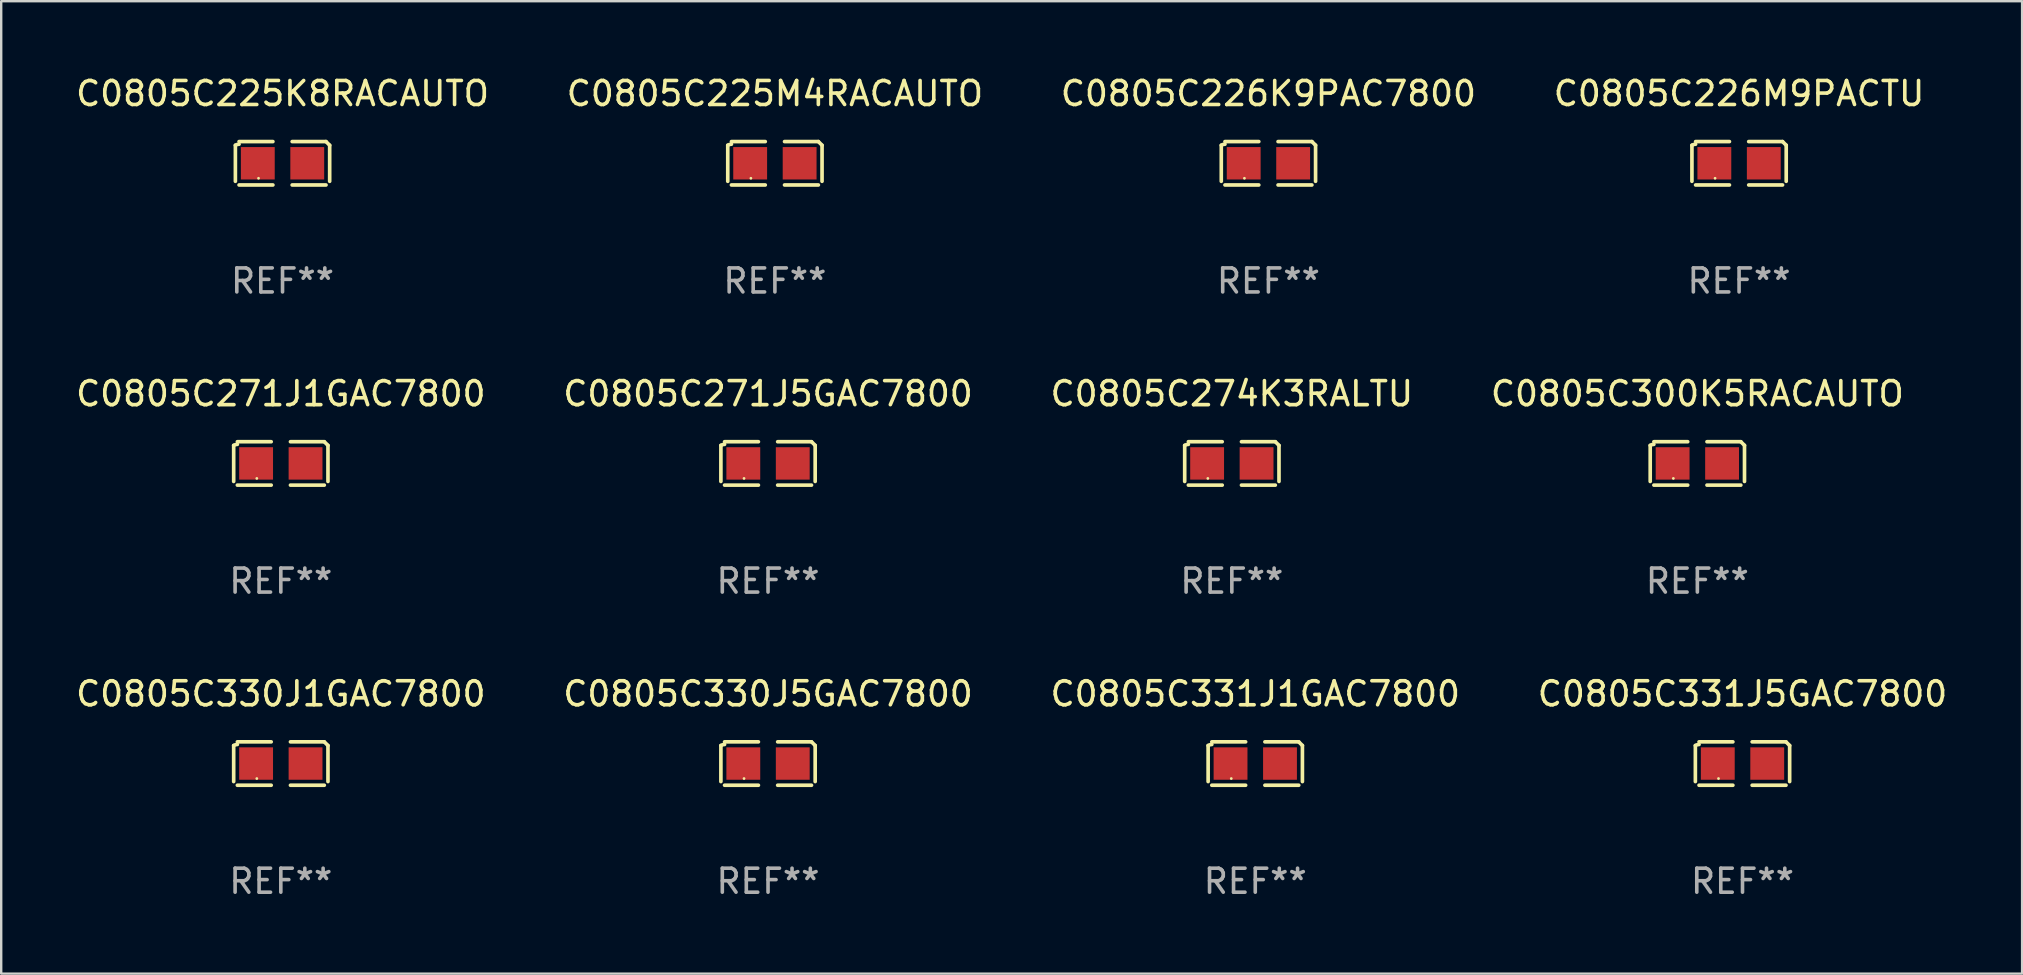
<source format=kicad_pcb>
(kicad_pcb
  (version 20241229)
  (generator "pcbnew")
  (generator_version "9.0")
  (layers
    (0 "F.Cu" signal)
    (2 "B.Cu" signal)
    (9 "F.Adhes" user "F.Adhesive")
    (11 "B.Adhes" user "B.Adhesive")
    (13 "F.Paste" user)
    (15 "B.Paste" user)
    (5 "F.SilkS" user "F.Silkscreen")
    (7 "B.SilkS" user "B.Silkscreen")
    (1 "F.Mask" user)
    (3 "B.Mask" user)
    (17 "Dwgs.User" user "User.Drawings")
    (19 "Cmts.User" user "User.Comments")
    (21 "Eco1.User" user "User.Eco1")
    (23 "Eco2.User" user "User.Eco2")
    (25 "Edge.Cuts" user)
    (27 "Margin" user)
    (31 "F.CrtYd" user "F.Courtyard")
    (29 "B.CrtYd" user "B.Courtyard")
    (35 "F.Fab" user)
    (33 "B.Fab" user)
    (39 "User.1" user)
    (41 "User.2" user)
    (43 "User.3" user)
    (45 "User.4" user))
  (footprint "C0805C331J5GAC7800"
    (layer "F.Cu")
    (at 69.542 28.759)
    (property "Reference" "C0805C331J5GAC7800" (at 0 -2.904 0) (layer "F.SilkS") (effects (font (size 1 1) (thickness 0.15))))
    (attr through_hole)
    (fp_line (start -1.964 0.751) (end -1.964 -0.751) (stroke (width 0.152) (type solid)) (layer "F.SilkS"))
    (fp_line (start -1.811 -0.904) (end -0.401 -0.904) (stroke (width 0.152) (type solid)) (layer "F.SilkS"))
    (fp_line (start -0.401 0.904) (end -1.811 0.904) (stroke (width 0.152) (type solid)) (layer "F.SilkS"))
    (fp_line (start 0.401 0.904) (end 1.811 0.904) (stroke (width 0.152) (type solid)) (layer "F.SilkS"))
    (fp_line (start 1.811 -0.904) (end 0.401 -0.904) (stroke (width 0.152) (type solid)) (layer "F.SilkS"))
    (fp_line (start 1.964 0.751) (end 1.964 -0.751) (stroke (width 0.152) (type solid)) (layer "F.SilkS"))
    (fp_arc (start -1.963602 -0.751207) (mid -1.890354 -0.783131) (end -1.811201 -0.794044) (stroke (width 0.1524) (type solid)) (layer "F.SilkS"))
    (fp_arc (start 1.811202 -0.903607) (mid 1.887413 -0.827418) (end 1.963602 -0.751207) (stroke (width 0.1524) (type solid)) (layer "F.SilkS"))
    (fp_circle (center -1 0.625) (end -0.97 0.625) (stroke (width 0.06) (type solid)) (fill no) (layer "F.SilkS"))
    (fp_text user "REF**" (at 0 4.904 0) (layer "F.Fab") (effects (font (size 1 1) (thickness 0.15))))
    (pad "1" smd rect (at -1.03 0) (size 1.41 1.35) (layers "F.Cu" "F.Mask" "F.Paste"))
    (pad "2" smd rect (at 1.03 0) (size 1.41 1.35) (layers "F.Cu" "F.Mask" "F.Paste")))
  (footprint "C0805C330J5GAC7800"
    (layer "F.Cu")
    (at 28.946 28.759)
    (property "Reference" "C0805C330J5GAC7800" (at 0 -2.904 0) (layer "F.SilkS") (effects (font (size 1 1) (thickness 0.15))))
    (attr through_hole)
    (fp_line (start -1.964 0.751) (end -1.964 -0.751) (stroke (width 0.152) (type solid)) (layer "F.SilkS"))
    (fp_line (start -1.811 -0.904) (end -0.401 -0.904) (stroke (width 0.152) (type solid)) (layer "F.SilkS"))
    (fp_line (start -0.401 0.904) (end -1.811 0.904) (stroke (width 0.152) (type solid)) (layer "F.SilkS"))
    (fp_line (start 0.401 0.904) (end 1.811 0.904) (stroke (width 0.152) (type solid)) (layer "F.SilkS"))
    (fp_line (start 1.811 -0.904) (end 0.401 -0.904) (stroke (width 0.152) (type solid)) (layer "F.SilkS"))
    (fp_line (start 1.964 0.751) (end 1.964 -0.751) (stroke (width 0.152) (type solid)) (layer "F.SilkS"))
    (fp_arc (start -1.963602 -0.751207) (mid -1.890354 -0.783131) (end -1.811201 -0.794044) (stroke (width 0.1524) (type solid)) (layer "F.SilkS"))
    (fp_arc (start 1.811202 -0.903607) (mid 1.887413 -0.827418) (end 1.963602 -0.751207) (stroke (width 0.1524) (type solid)) (layer "F.SilkS"))
    (fp_circle (center -1 0.625) (end -0.97 0.625) (stroke (width 0.06) (type solid)) (fill no) (layer "F.SilkS"))
    (fp_text user "REF**" (at 0 4.904 0) (layer "F.Fab") (effects (font (size 1 1) (thickness 0.15))))
    (pad "1" smd rect (at -1.03 0) (size 1.41 1.35) (layers "F.Cu" "F.Mask" "F.Paste"))
    (pad "2" smd rect (at 1.03 0) (size 1.41 1.35) (layers "F.Cu" "F.Mask" "F.Paste")))
  (footprint "C0805C330J1GAC7800"
    (layer "F.Cu")
    (at 8.649 28.759)
    (property "Reference" "C0805C330J1GAC7800" (at 0 -2.904 0) (layer "F.SilkS") (effects (font (size 1 1) (thickness 0.15))))
    (attr through_hole)
    (fp_line (start -1.964 0.751) (end -1.964 -0.751) (stroke (width 0.152) (type solid)) (layer "F.SilkS"))
    (fp_line (start -1.811 -0.904) (end -0.401 -0.904) (stroke (width 0.152) (type solid)) (layer "F.SilkS"))
    (fp_line (start -0.401 0.904) (end -1.811 0.904) (stroke (width 0.152) (type solid)) (layer "F.SilkS"))
    (fp_line (start 0.401 0.904) (end 1.811 0.904) (stroke (width 0.152) (type solid)) (layer "F.SilkS"))
    (fp_line (start 1.811 -0.904) (end 0.401 -0.904) (stroke (width 0.152) (type solid)) (layer "F.SilkS"))
    (fp_line (start 1.964 0.751) (end 1.964 -0.751) (stroke (width 0.152) (type solid)) (layer "F.SilkS"))
    (fp_arc (start -1.963602 -0.751207) (mid -1.890354 -0.783131) (end -1.811201 -0.794044) (stroke (width 0.1524) (type solid)) (layer "F.SilkS"))
    (fp_arc (start 1.811202 -0.903607) (mid 1.887413 -0.827418) (end 1.963602 -0.751207) (stroke (width 0.1524) (type solid)) (layer "F.SilkS"))
    (fp_circle (center -1 0.625) (end -0.97 0.625) (stroke (width 0.06) (type solid)) (fill no) (layer "F.SilkS"))
    (fp_text user "REF**" (at 0 4.904 0) (layer "F.Fab") (effects (font (size 1 1) (thickness 0.15))))
    (pad "1" smd rect (at -1.03 0) (size 1.41 1.35) (layers "F.Cu" "F.Mask" "F.Paste"))
    (pad "2" smd rect (at 1.03 0) (size 1.41 1.35) (layers "F.Cu" "F.Mask" "F.Paste")))
  (footprint "C0805C331J1GAC7800"
    (layer "F.Cu")
    (at 49.244 28.759)
    (property "Reference" "C0805C331J1GAC7800" (at 0 -2.904 0) (layer "F.SilkS") (effects (font (size 1 1) (thickness 0.15))))
    (attr through_hole)
    (fp_line (start -1.964 0.751) (end -1.964 -0.751) (stroke (width 0.152) (type solid)) (layer "F.SilkS"))
    (fp_line (start -1.811 -0.904) (end -0.401 -0.904) (stroke (width 0.152) (type solid)) (layer "F.SilkS"))
    (fp_line (start -0.401 0.904) (end -1.811 0.904) (stroke (width 0.152) (type solid)) (layer "F.SilkS"))
    (fp_line (start 0.401 0.904) (end 1.811 0.904) (stroke (width 0.152) (type solid)) (layer "F.SilkS"))
    (fp_line (start 1.811 -0.904) (end 0.401 -0.904) (stroke (width 0.152) (type solid)) (layer "F.SilkS"))
    (fp_line (start 1.964 0.751) (end 1.964 -0.751) (stroke (width 0.152) (type solid)) (layer "F.SilkS"))
    (fp_arc (start -1.963602 -0.751207) (mid -1.890354 -0.783131) (end -1.811201 -0.794044) (stroke (width 0.1524) (type solid)) (layer "F.SilkS"))
    (fp_arc (start 1.811202 -0.903607) (mid 1.887413 -0.827418) (end 1.963602 -0.751207) (stroke (width 0.1524) (type solid)) (layer "F.SilkS"))
    (fp_circle (center -1 0.625) (end -0.97 0.625) (stroke (width 0.06) (type solid)) (fill no) (layer "F.SilkS"))
    (fp_text user "REF**" (at 0 4.904 0) (layer "F.Fab") (effects (font (size 1 1) (thickness 0.15))))
    (pad "1" smd rect (at -1.03 0) (size 1.41 1.35) (layers "F.Cu" "F.Mask" "F.Paste"))
    (pad "2" smd rect (at 1.03 0) (size 1.41 1.35) (layers "F.Cu" "F.Mask" "F.Paste")))
  (footprint "C0805C225K8RACAUTO"
    (layer "F.Cu")
    (at 8.72 3.752)
    (property "Reference" "C0805C225K8RACAUTO" (at 0 -2.904 0) (layer "F.SilkS") (effects (font (size 1 1) (thickness 0.15))))
    (attr through_hole)
    (fp_line (start -1.964 0.751) (end -1.964 -0.751) (stroke (width 0.152) (type solid)) (layer "F.SilkS"))
    (fp_line (start -1.811 -0.904) (end -0.401 -0.904) (stroke (width 0.152) (type solid)) (layer "F.SilkS"))
    (fp_line (start -0.401 0.904) (end -1.811 0.904) (stroke (width 0.152) (type solid)) (layer "F.SilkS"))
    (fp_line (start 0.401 0.904) (end 1.811 0.904) (stroke (width 0.152) (type solid)) (layer "F.SilkS"))
    (fp_line (start 1.811 -0.904) (end 0.401 -0.904) (stroke (width 0.152) (type solid)) (layer "F.SilkS"))
    (fp_line (start 1.964 0.751) (end 1.964 -0.751) (stroke (width 0.152) (type solid)) (layer "F.SilkS"))
    (fp_arc (start -1.963602 -0.751207) (mid -1.890354 -0.783131) (end -1.811201 -0.794044) (stroke (width 0.1524) (type solid)) (layer "F.SilkS"))
    (fp_arc (start 1.811202 -0.903607) (mid 1.887413 -0.827418) (end 1.963602 -0.751207) (stroke (width 0.1524) (type solid)) (layer "F.SilkS"))
    (fp_circle (center -1 0.625) (end -0.97 0.625) (stroke (width 0.06) (type solid)) (fill no) (layer "F.SilkS"))
    (fp_text user "REF**" (at 0 4.904 0) (layer "F.Fab") (effects (font (size 1 1) (thickness 0.15))))
    (pad "1" smd rect (at -1.03 0) (size 1.41 1.35) (layers "F.Cu" "F.Mask" "F.Paste"))
    (pad "2" smd rect (at 1.03 0) (size 1.41 1.35) (layers "F.Cu" "F.Mask" "F.Paste")))
  (footprint "C0805C271J5GAC7800"
    (layer "F.Cu")
    (at 28.946 16.256)
    (property "Reference" "C0805C271J5GAC7800" (at 0 -2.904 0) (layer "F.SilkS") (effects (font (size 1 1) (thickness 0.15))))
    (attr through_hole)
    (fp_line (start -1.964 0.751) (end -1.964 -0.751) (stroke (width 0.152) (type solid)) (layer "F.SilkS"))
    (fp_line (start -1.811 -0.904) (end -0.401 -0.904) (stroke (width 0.152) (type solid)) (layer "F.SilkS"))
    (fp_line (start -0.401 0.904) (end -1.811 0.904) (stroke (width 0.152) (type solid)) (layer "F.SilkS"))
    (fp_line (start 0.401 0.904) (end 1.811 0.904) (stroke (width 0.152) (type solid)) (layer "F.SilkS"))
    (fp_line (start 1.811 -0.904) (end 0.401 -0.904) (stroke (width 0.152) (type solid)) (layer "F.SilkS"))
    (fp_line (start 1.964 0.751) (end 1.964 -0.751) (stroke (width 0.152) (type solid)) (layer "F.SilkS"))
    (fp_arc (start -1.963602 -0.751207) (mid -1.890354 -0.783131) (end -1.811201 -0.794044) (stroke (width 0.1524) (type solid)) (layer "F.SilkS"))
    (fp_arc (start 1.811202 -0.903607) (mid 1.887413 -0.827418) (end 1.963602 -0.751207) (stroke (width 0.1524) (type solid)) (layer "F.SilkS"))
    (fp_circle (center -1 0.625) (end -0.97 0.625) (stroke (width 0.06) (type solid)) (fill no) (layer "F.SilkS"))
    (fp_text user "REF**" (at 0 4.904 0) (layer "F.Fab") (effects (font (size 1 1) (thickness 0.15))))
    (pad "1" smd rect (at -1.03 0) (size 1.41 1.35) (layers "F.Cu" "F.Mask" "F.Paste"))
    (pad "2" smd rect (at 1.03 0) (size 1.41 1.35) (layers "F.Cu" "F.Mask" "F.Paste")))
  (footprint "C0805C225M4RACAUTO"
    (layer "F.Cu")
    (at 29.232 3.752)
    (property "Reference" "C0805C225M4RACAUTO" (at 0 -2.904 0) (layer "F.SilkS") (effects (font (size 1 1) (thickness 0.15))))
    (attr through_hole)
    (fp_line (start -1.964 0.751) (end -1.964 -0.751) (stroke (width 0.152) (type solid)) (layer "F.SilkS"))
    (fp_line (start -1.811 -0.904) (end -0.401 -0.904) (stroke (width 0.152) (type solid)) (layer "F.SilkS"))
    (fp_line (start -0.401 0.904) (end -1.811 0.904) (stroke (width 0.152) (type solid)) (layer "F.SilkS"))
    (fp_line (start 0.401 0.904) (end 1.811 0.904) (stroke (width 0.152) (type solid)) (layer "F.SilkS"))
    (fp_line (start 1.811 -0.904) (end 0.401 -0.904) (stroke (width 0.152) (type solid)) (layer "F.SilkS"))
    (fp_line (start 1.964 0.751) (end 1.964 -0.751) (stroke (width 0.152) (type solid)) (layer "F.SilkS"))
    (fp_arc (start -1.963602 -0.751207) (mid -1.890354 -0.783131) (end -1.811201 -0.794044) (stroke (width 0.1524) (type solid)) (layer "F.SilkS"))
    (fp_arc (start 1.811202 -0.903607) (mid 1.887413 -0.827418) (end 1.963602 -0.751207) (stroke (width 0.1524) (type solid)) (layer "F.SilkS"))
    (fp_circle (center -1 0.625) (end -0.97 0.625) (stroke (width 0.06) (type solid)) (fill no) (layer "F.SilkS"))
    (fp_text user "REF**" (at 0 4.904 0) (layer "F.Fab") (effects (font (size 1 1) (thickness 0.15))))
    (pad "1" smd rect (at -1.03 0) (size 1.41 1.35) (layers "F.Cu" "F.Mask" "F.Paste"))
    (pad "2" smd rect (at 1.03 0) (size 1.41 1.35) (layers "F.Cu" "F.Mask" "F.Paste")))
  (footprint "C0805C226M9PACTU"
    (layer "F.Cu")
    (at 69.399 3.752)
    (property "Reference" "C0805C226M9PACTU" (at 0 -2.904 0) (layer "F.SilkS") (effects (font (size 1 1) (thickness 0.15))))
    (attr through_hole)
    (fp_line (start -1.964 0.751) (end -1.964 -0.751) (stroke (width 0.152) (type solid)) (layer "F.SilkS"))
    (fp_line (start -1.811 -0.904) (end -0.401 -0.904) (stroke (width 0.152) (type solid)) (layer "F.SilkS"))
    (fp_line (start -0.401 0.904) (end -1.811 0.904) (stroke (width 0.152) (type solid)) (layer "F.SilkS"))
    (fp_line (start 0.401 0.904) (end 1.811 0.904) (stroke (width 0.152) (type solid)) (layer "F.SilkS"))
    (fp_line (start 1.811 -0.904) (end 0.401 -0.904) (stroke (width 0.152) (type solid)) (layer "F.SilkS"))
    (fp_line (start 1.964 0.751) (end 1.964 -0.751) (stroke (width 0.152) (type solid)) (layer "F.SilkS"))
    (fp_arc (start -1.963602 -0.751207) (mid -1.890354 -0.783131) (end -1.811201 -0.794044) (stroke (width 0.1524) (type solid)) (layer "F.SilkS"))
    (fp_arc (start 1.811202 -0.903607) (mid 1.887413 -0.827418) (end 1.963602 -0.751207) (stroke (width 0.1524) (type solid)) (layer "F.SilkS"))
    (fp_circle (center -1 0.625) (end -0.97 0.625) (stroke (width 0.06) (type solid)) (fill no) (layer "F.SilkS"))
    (fp_text user "REF**" (at 0 4.904 0) (layer "F.Fab") (effects (font (size 1 1) (thickness 0.15))))
    (pad "1" smd rect (at -1.03 0) (size 1.41 1.35) (layers "F.Cu" "F.Mask" "F.Paste"))
    (pad "2" smd rect (at 1.03 0) (size 1.41 1.35) (layers "F.Cu" "F.Mask" "F.Paste")))
  (footprint "C0805C300K5RACAUTO"
    (layer "F.Cu")
    (at 67.661 16.256)
    (property "Reference" "C0805C300K5RACAUTO" (at 0 -2.904 0) (layer "F.SilkS") (effects (font (size 1 1) (thickness 0.15))))
    (attr through_hole)
    (fp_line (start -1.964 0.751) (end -1.964 -0.751) (stroke (width 0.152) (type solid)) (layer "F.SilkS"))
    (fp_line (start -1.811 -0.904) (end -0.401 -0.904) (stroke (width 0.152) (type solid)) (layer "F.SilkS"))
    (fp_line (start -0.401 0.904) (end -1.811 0.904) (stroke (width 0.152) (type solid)) (layer "F.SilkS"))
    (fp_line (start 0.401 0.904) (end 1.811 0.904) (stroke (width 0.152) (type solid)) (layer "F.SilkS"))
    (fp_line (start 1.811 -0.904) (end 0.401 -0.904) (stroke (width 0.152) (type solid)) (layer "F.SilkS"))
    (fp_line (start 1.964 0.751) (end 1.964 -0.751) (stroke (width 0.152) (type solid)) (layer "F.SilkS"))
    (fp_arc (start -1.963602 -0.751207) (mid -1.890354 -0.783131) (end -1.811201 -0.794044) (stroke (width 0.1524) (type solid)) (layer "F.SilkS"))
    (fp_arc (start 1.811202 -0.903607) (mid 1.887413 -0.827418) (end 1.963602 -0.751207) (stroke (width 0.1524) (type solid)) (layer "F.SilkS"))
    (fp_circle (center -1 0.625) (end -0.97 0.625) (stroke (width 0.06) (type solid)) (fill no) (layer "F.SilkS"))
    (fp_text user "REF**" (at 0 4.904 0) (layer "F.Fab") (effects (font (size 1 1) (thickness 0.15))))
    (pad "1" smd rect (at -1.03 0) (size 1.41 1.35) (layers "F.Cu" "F.Mask" "F.Paste"))
    (pad "2" smd rect (at 1.03 0) (size 1.41 1.35) (layers "F.Cu" "F.Mask" "F.Paste")))
  (footprint "C0805C274K3RALTU"
    (layer "F.Cu")
    (at 48.268 16.256)
    (property "Reference" "C0805C274K3RALTU" (at 0 -2.904 0) (layer "F.SilkS") (effects (font (size 1 1) (thickness 0.15))))
    (attr through_hole)
    (fp_line (start -1.964 0.751) (end -1.964 -0.751) (stroke (width 0.152) (type solid)) (layer "F.SilkS"))
    (fp_line (start -1.811 -0.904) (end -0.401 -0.904) (stroke (width 0.152) (type solid)) (layer "F.SilkS"))
    (fp_line (start -0.401 0.904) (end -1.811 0.904) (stroke (width 0.152) (type solid)) (layer "F.SilkS"))
    (fp_line (start 0.401 0.904) (end 1.811 0.904) (stroke (width 0.152) (type solid)) (layer "F.SilkS"))
    (fp_line (start 1.811 -0.904) (end 0.401 -0.904) (stroke (width 0.152) (type solid)) (layer "F.SilkS"))
    (fp_line (start 1.964 0.751) (end 1.964 -0.751) (stroke (width 0.152) (type solid)) (layer "F.SilkS"))
    (fp_arc (start -1.963602 -0.751207) (mid -1.890354 -0.783131) (end -1.811201 -0.794044) (stroke (width 0.1524) (type solid)) (layer "F.SilkS"))
    (fp_arc (start 1.811202 -0.903607) (mid 1.887413 -0.827418) (end 1.963602 -0.751207) (stroke (width 0.1524) (type solid)) (layer "F.SilkS"))
    (fp_circle (center -1 0.625) (end -0.97 0.625) (stroke (width 0.06) (type solid)) (fill no) (layer "F.SilkS"))
    (fp_text user "REF**" (at 0 4.904 0) (layer "F.Fab") (effects (font (size 1 1) (thickness 0.15))))
    (pad "1" smd rect (at -1.03 0) (size 1.41 1.35) (layers "F.Cu" "F.Mask" "F.Paste"))
    (pad "2" smd rect (at 1.03 0) (size 1.41 1.35) (layers "F.Cu" "F.Mask" "F.Paste")))
  (footprint "C0805C271J1GAC7800"
    (layer "F.Cu")
    (at 8.649 16.256)
    (property "Reference" "C0805C271J1GAC7800" (at 0 -2.904 0) (layer "F.SilkS") (effects (font (size 1 1) (thickness 0.15))))
    (attr through_hole)
    (fp_line (start -1.964 0.751) (end -1.964 -0.751) (stroke (width 0.152) (type solid)) (layer "F.SilkS"))
    (fp_line (start -1.811 -0.904) (end -0.401 -0.904) (stroke (width 0.152) (type solid)) (layer "F.SilkS"))
    (fp_line (start -0.401 0.904) (end -1.811 0.904) (stroke (width 0.152) (type solid)) (layer "F.SilkS"))
    (fp_line (start 0.401 0.904) (end 1.811 0.904) (stroke (width 0.152) (type solid)) (layer "F.SilkS"))
    (fp_line (start 1.811 -0.904) (end 0.401 -0.904) (stroke (width 0.152) (type solid)) (layer "F.SilkS"))
    (fp_line (start 1.964 0.751) (end 1.964 -0.751) (stroke (width 0.152) (type solid)) (layer "F.SilkS"))
    (fp_arc (start -1.963602 -0.751207) (mid -1.890354 -0.783131) (end -1.811201 -0.794044) (stroke (width 0.1524) (type solid)) (layer "F.SilkS"))
    (fp_arc (start 1.811202 -0.903607) (mid 1.887413 -0.827418) (end 1.963602 -0.751207) (stroke (width 0.1524) (type solid)) (layer "F.SilkS"))
    (fp_circle (center -1 0.625) (end -0.97 0.625) (stroke (width 0.06) (type solid)) (fill no) (layer "F.SilkS"))
    (fp_text user "REF**" (at 0 4.904 0) (layer "F.Fab") (effects (font (size 1 1) (thickness 0.15))))
    (pad "1" smd rect (at -1.03 0) (size 1.41 1.35) (layers "F.Cu" "F.Mask" "F.Paste"))
    (pad "2" smd rect (at 1.03 0) (size 1.41 1.35) (layers "F.Cu" "F.Mask" "F.Paste")))
  (footprint "C0805C226K9PAC7800"
    (layer "F.Cu")
    (at 49.792 3.752)
    (property "Reference" "C0805C226K9PAC7800" (at 0 -2.904 0) (layer "F.SilkS") (effects (font (size 1 1) (thickness 0.15))))
    (attr through_hole)
    (fp_line (start -1.964 0.751) (end -1.964 -0.751) (stroke (width 0.152) (type solid)) (layer "F.SilkS"))
    (fp_line (start -1.811 -0.904) (end -0.401 -0.904) (stroke (width 0.152) (type solid)) (layer "F.SilkS"))
    (fp_line (start -0.401 0.904) (end -1.811 0.904) (stroke (width 0.152) (type solid)) (layer "F.SilkS"))
    (fp_line (start 0.401 0.904) (end 1.811 0.904) (stroke (width 0.152) (type solid)) (layer "F.SilkS"))
    (fp_line (start 1.811 -0.904) (end 0.401 -0.904) (stroke (width 0.152) (type solid)) (layer "F.SilkS"))
    (fp_line (start 1.964 0.751) (end 1.964 -0.751) (stroke (width 0.152) (type solid)) (layer "F.SilkS"))
    (fp_arc (start -1.963602 -0.751207) (mid -1.890354 -0.783131) (end -1.811201 -0.794044) (stroke (width 0.1524) (type solid)) (layer "F.SilkS"))
    (fp_arc (start 1.811202 -0.903607) (mid 1.887413 -0.827418) (end 1.963602 -0.751207) (stroke (width 0.1524) (type solid)) (layer "F.SilkS"))
    (fp_circle (center -1 0.625) (end -0.97 0.625) (stroke (width 0.06) (type solid)) (fill no) (layer "F.SilkS"))
    (fp_text user "REF**" (at 0 4.904 0) (layer "F.Fab") (effects (font (size 1 1) (thickness 0.15))))
    (pad "1" smd rect (at -1.03 0) (size 1.41 1.35) (layers "F.Cu" "F.Mask" "F.Paste"))
    (pad "2" smd rect (at 1.03 0) (size 1.41 1.35) (layers "F.Cu" "F.Mask" "F.Paste")))
  (gr_rect
    (start -3 -3)
    (end 81.19 37.511)
    (stroke (width 0.1) (type default))
    (fill no)
    (layer "Edge.Cuts")))
</source>
